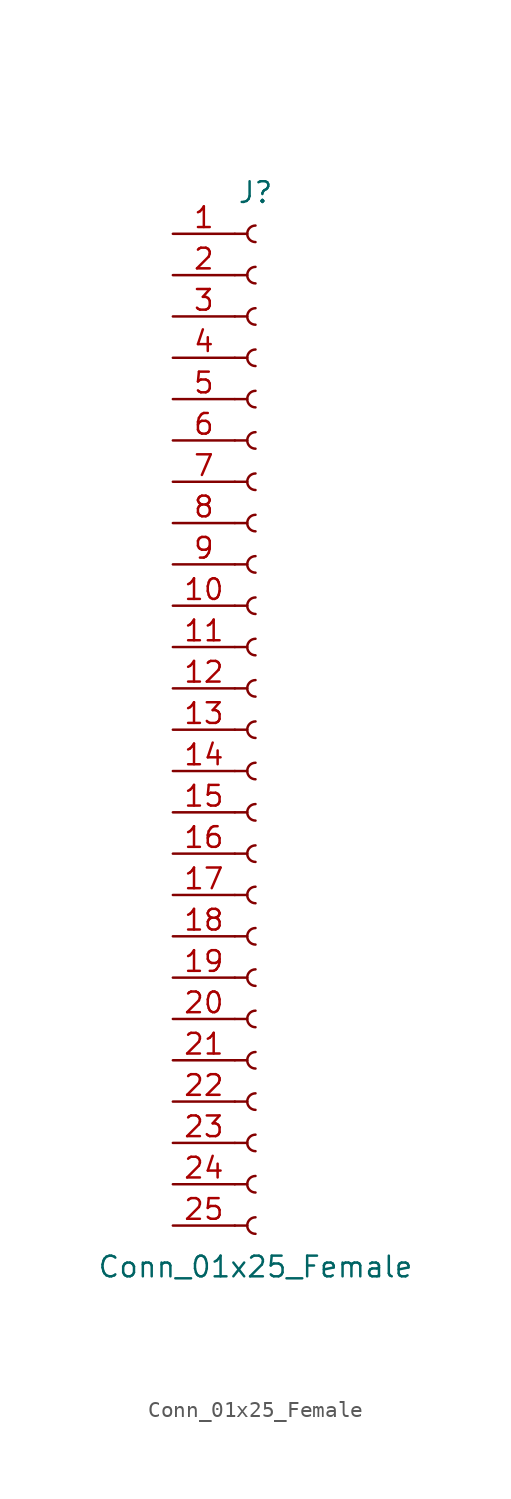
<source format=kicad_sym>
(kicad_symbol_lib
  (version 20220914)
  (generator kicad_symbol_editor)
  (symbol "Conn_01x25_Female"
    (pin_names
      (offset 1.016) hide)
    (property "Reference" "J"
      (at 0 33.02 0)
      (effects (font (size 1.27 1.27))))
    (property "Value" "Conn_01x25_Female"
      (at 0 -33.02 0)
      (effects (font (size 1.27 1.27))))
    (symbol "Conn_01x25_Female_1_1"
      (arc (start 0 -29.972) (mid -0.5058 -30.48) (end 0 -30.988) (stroke (width 0.1524) (type default)) (fill (type none)))
      (arc (start 0 -27.432) (mid -0.5058 -27.94) (end 0 -28.448) (stroke (width 0.1524) (type default)) (fill (type none)))
      (arc (start 0 -24.892) (mid -0.5058 -25.4) (end 0 -25.908) (stroke (width 0.1524) (type default)) (fill (type none)))
      (arc (start 0 -22.352) (mid -0.5058 -22.86) (end 0 -23.368) (stroke (width 0.1524) (type default)) (fill (type none)))
      (arc (start 0 -19.812) (mid -0.5058 -20.32) (end 0 -20.828) (stroke (width 0.1524) (type default)) (fill (type none)))
      (arc (start 0 -17.272) (mid -0.5058 -17.78) (end 0 -18.288) (stroke (width 0.1524) (type default)) (fill (type none)))
      (arc (start 0 -14.732) (mid -0.5058 -15.24) (end 0 -15.748) (stroke (width 0.1524) (type default)) (fill (type none)))
      (arc (start 0 -12.192) (mid -0.5058 -12.7) (end 0 -13.208) (stroke (width 0.1524) (type default)) (fill (type none)))
      (arc (start 0 -9.652) (mid -0.5058 -10.16) (end 0 -10.668) (stroke (width 0.1524) (type default)) (fill (type none)))
      (arc (start 0 -7.112) (mid -0.5058 -7.62) (end 0 -8.128) (stroke (width 0.1524) (type default)) (fill (type none)))
      (arc (start 0 -4.572) (mid -0.5058 -5.08) (end 0 -5.588) (stroke (width 0.1524) (type default)) (fill (type none)))
      (arc (start 0 -2.032) (mid -0.5058 -2.54) (end 0 -3.048) (stroke (width 0.1524) (type default)) (fill (type none)))
      (polyline (pts (xy -1.27 -30.48) (xy -0.508 -30.48)) (stroke (width 0.152) (type default)) (fill (type none)))
      (polyline (pts (xy -1.27 -27.94) (xy -0.508 -27.94)) (stroke (width 0.152) (type default)) (fill (type none)))
      (polyline (pts (xy -1.27 -25.4) (xy -0.508 -25.4)) (stroke (width 0.152) (type default)) (fill (type none)))
      (polyline (pts (xy -1.27 -22.86) (xy -0.508 -22.86)) (stroke (width 0.152) (type default)) (fill (type none)))
      (polyline (pts (xy -1.27 -20.32) (xy -0.508 -20.32)) (stroke (width 0.152) (type default)) (fill (type none)))
      (polyline (pts (xy -1.27 -17.78) (xy -0.508 -17.78)) (stroke (width 0.152) (type default)) (fill (type none)))
      (polyline (pts (xy -1.27 -15.24) (xy -0.508 -15.24)) (stroke (width 0.152) (type default)) (fill (type none)))
      (polyline (pts (xy -1.27 -12.7) (xy -0.508 -12.7)) (stroke (width 0.152) (type default)) (fill (type none)))
      (polyline (pts (xy -1.27 -10.16) (xy -0.508 -10.16)) (stroke (width 0.152) (type default)) (fill (type none)))
      (polyline (pts (xy -1.27 -7.62) (xy -0.508 -7.62)) (stroke (width 0.152) (type default)) (fill (type none)))
      (polyline (pts (xy -1.27 -5.08) (xy -0.508 -5.08)) (stroke (width 0.152) (type default)) (fill (type none)))
      (polyline (pts (xy -1.27 -2.54) (xy -0.508 -2.54)) (stroke (width 0.152) (type default)) (fill (type none)))
      (polyline (pts (xy -1.27 0) (xy -0.508 0)) (stroke (width 0.152) (type default)) (fill (type none)))
      (polyline (pts (xy -1.27 2.54) (xy -0.508 2.54)) (stroke (width 0.152) (type default)) (fill (type none)))
      (polyline (pts (xy -1.27 5.08) (xy -0.508 5.08)) (stroke (width 0.152) (type default)) (fill (type none)))
      (polyline (pts (xy -1.27 7.62) (xy -0.508 7.62)) (stroke (width 0.152) (type default)) (fill (type none)))
      (polyline (pts (xy -1.27 10.16) (xy -0.508 10.16)) (stroke (width 0.152) (type default)) (fill (type none)))
      (polyline (pts (xy -1.27 12.7) (xy -0.508 12.7)) (stroke (width 0.152) (type default)) (fill (type none)))
      (polyline (pts (xy -1.27 15.24) (xy -0.508 15.24)) (stroke (width 0.152) (type default)) (fill (type none)))
      (polyline (pts (xy -1.27 17.78) (xy -0.508 17.78)) (stroke (width 0.152) (type default)) (fill (type none)))
      (polyline (pts (xy -1.27 20.32) (xy -0.508 20.32)) (stroke (width 0.152) (type default)) (fill (type none)))
      (polyline (pts (xy -1.27 22.86) (xy -0.508 22.86)) (stroke (width 0.152) (type default)) (fill (type none)))
      (polyline (pts (xy -1.27 25.4) (xy -0.508 25.4)) (stroke (width 0.152) (type default)) (fill (type none)))
      (polyline (pts (xy -1.27 27.94) (xy -0.508 27.94)) (stroke (width 0.152) (type default)) (fill (type none)))
      (polyline (pts (xy -1.27 30.48) (xy -0.508 30.48)) (stroke (width 0.152) (type default)) (fill (type none)))
      (arc (start 0 0.508) (mid -0.5058 0) (end 0 -0.508) (stroke (width 0.1524) (type default)) (fill (type none)))
      (arc (start 0 3.048) (mid -0.5058 2.54) (end 0 2.032) (stroke (width 0.1524) (type default)) (fill (type none)))
      (arc (start 0 5.588) (mid -0.5058 5.08) (end 0 4.572) (stroke (width 0.1524) (type default)) (fill (type none)))
      (arc (start 0 8.128) (mid -0.5058 7.62) (end 0 7.112) (stroke (width 0.1524) (type default)) (fill (type none)))
      (arc (start 0 10.668) (mid -0.5058 10.16) (end 0 9.652) (stroke (width 0.1524) (type default)) (fill (type none)))
      (arc (start 0 13.208) (mid -0.5058 12.7) (end 0 12.192) (stroke (width 0.1524) (type default)) (fill (type none)))
      (arc (start 0 15.748) (mid -0.5058 15.24) (end 0 14.732) (stroke (width 0.1524) (type default)) (fill (type none)))
      (arc (start 0 18.288) (mid -0.5058 17.78) (end 0 17.272) (stroke (width 0.1524) (type default)) (fill (type none)))
      (arc (start 0 20.828) (mid -0.5058 20.32) (end 0 19.812) (stroke (width 0.1524) (type default)) (fill (type none)))
      (arc (start 0 23.368) (mid -0.5058 22.86) (end 0 22.352) (stroke (width 0.1524) (type default)) (fill (type none)))
      (arc (start 0 25.908) (mid -0.5058 25.4) (end 0 24.892) (stroke (width 0.1524) (type default)) (fill (type none)))
      (arc (start 0 28.448) (mid -0.5058 27.94) (end 0 27.432) (stroke (width 0.1524) (type default)) (fill (type none)))
      (arc (start 0 30.988) (mid -0.5058 30.48) (end 0 29.972) (stroke (width 0.1524) (type default)) (fill (type none)))
      (pin passive line (at -5.08 30.48 0) (length 3.81) (name "Pin_1" (effects (font (size 1.27 1.27)))) (number "1" (effects (font (size 1.27 1.27)))))
      (pin passive line (at -5.08 7.62 0) (length 3.81) (name "Pin_10" (effects (font (size 1.27 1.27)))) (number "10" (effects (font (size 1.27 1.27)))))
      (pin passive line (at -5.08 5.08 0) (length 3.81) (name "Pin_11" (effects (font (size 1.27 1.27)))) (number "11" (effects (font (size 1.27 1.27)))))
      (pin passive line (at -5.08 2.54 0) (length 3.81) (name "Pin_12" (effects (font (size 1.27 1.27)))) (number "12" (effects (font (size 1.27 1.27)))))
      (pin passive line (at -5.08 0 0) (length 3.81) (name "Pin_13" (effects (font (size 1.27 1.27)))) (number "13" (effects (font (size 1.27 1.27)))))
      (pin passive line (at -5.08 -2.54 0) (length 3.81) (name "Pin_14" (effects (font (size 1.27 1.27)))) (number "14" (effects (font (size 1.27 1.27)))))
      (pin passive line (at -5.08 -5.08 0) (length 3.81) (name "Pin_15" (effects (font (size 1.27 1.27)))) (number "15" (effects (font (size 1.27 1.27)))))
      (pin passive line (at -5.08 -7.62 0) (length 3.81) (name "Pin_16" (effects (font (size 1.27 1.27)))) (number "16" (effects (font (size 1.27 1.27)))))
      (pin passive line (at -5.08 -10.16 0) (length 3.81) (name "Pin_17" (effects (font (size 1.27 1.27)))) (number "17" (effects (font (size 1.27 1.27)))))
      (pin passive line (at -5.08 -12.7 0) (length 3.81) (name "Pin_18" (effects (font (size 1.27 1.27)))) (number "18" (effects (font (size 1.27 1.27)))))
      (pin passive line (at -5.08 -15.24 0) (length 3.81) (name "Pin_19" (effects (font (size 1.27 1.27)))) (number "19" (effects (font (size 1.27 1.27)))))
      (pin passive line (at -5.08 27.94 0) (length 3.81) (name "Pin_2" (effects (font (size 1.27 1.27)))) (number "2" (effects (font (size 1.27 1.27)))))
      (pin passive line (at -5.08 -17.78 0) (length 3.81) (name "Pin_20" (effects (font (size 1.27 1.27)))) (number "20" (effects (font (size 1.27 1.27)))))
      (pin passive line (at -5.08 -20.32 0) (length 3.81) (name "Pin_21" (effects (font (size 1.27 1.27)))) (number "21" (effects (font (size 1.27 1.27)))))
      (pin passive line (at -5.08 -22.86 0) (length 3.81) (name "Pin_22" (effects (font (size 1.27 1.27)))) (number "22" (effects (font (size 1.27 1.27)))))
      (pin passive line (at -5.08 -25.4 0) (length 3.81) (name "Pin_23" (effects (font (size 1.27 1.27)))) (number "23" (effects (font (size 1.27 1.27)))))
      (pin passive line (at -5.08 -27.94 0) (length 3.81) (name "Pin_24" (effects (font (size 1.27 1.27)))) (number "24" (effects (font (size 1.27 1.27)))))
      (pin passive line (at -5.08 -30.48 0) (length 3.81) (name "Pin_25" (effects (font (size 1.27 1.27)))) (number "25" (effects (font (size 1.27 1.27)))))
      (pin passive line (at -5.08 25.4 0) (length 3.81) (name "Pin_3" (effects (font (size 1.27 1.27)))) (number "3" (effects (font (size 1.27 1.27)))))
      (pin passive line (at -5.08 22.86 0) (length 3.81) (name "Pin_4" (effects (font (size 1.27 1.27)))) (number "4" (effects (font (size 1.27 1.27)))))
      (pin passive line (at -5.08 20.32 0) (length 3.81) (name "Pin_5" (effects (font (size 1.27 1.27)))) (number "5" (effects (font (size 1.27 1.27)))))
      (pin passive line (at -5.08 17.78 0) (length 3.81) (name "Pin_6" (effects (font (size 1.27 1.27)))) (number "6" (effects (font (size 1.27 1.27)))))
      (pin passive line (at -5.08 15.24 0) (length 3.81) (name "Pin_7" (effects (font (size 1.27 1.27)))) (number "7" (effects (font (size 1.27 1.27)))))
      (pin passive line (at -5.08 12.7 0) (length 3.81) (name "Pin_8" (effects (font (size 1.27 1.27)))) (number "8" (effects (font (size 1.27 1.27)))))
      (pin passive line (at -5.08 10.16 0) (length 3.81) (name "Pin_9" (effects (font (size 1.27 1.27)))) (number "9" (effects (font (size 1.27 1.27))))))))
</source>
